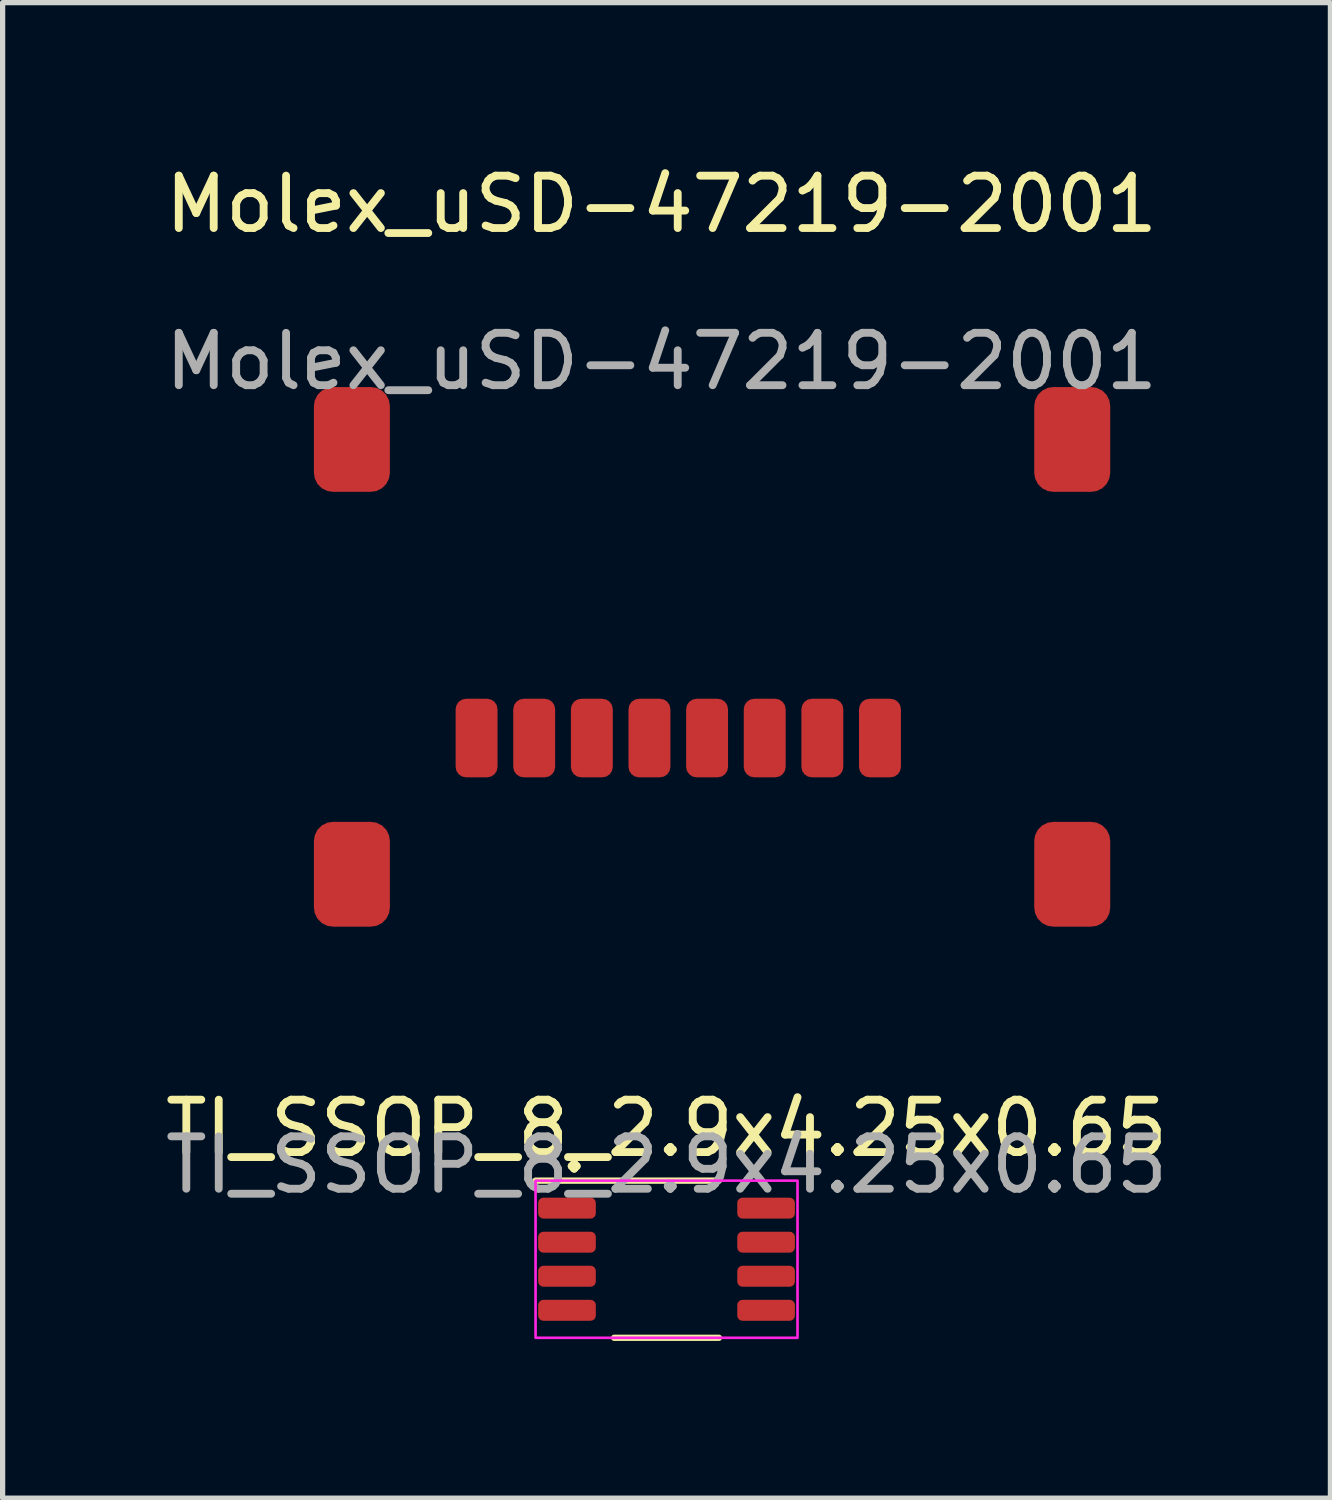
<source format=kicad_pcb>
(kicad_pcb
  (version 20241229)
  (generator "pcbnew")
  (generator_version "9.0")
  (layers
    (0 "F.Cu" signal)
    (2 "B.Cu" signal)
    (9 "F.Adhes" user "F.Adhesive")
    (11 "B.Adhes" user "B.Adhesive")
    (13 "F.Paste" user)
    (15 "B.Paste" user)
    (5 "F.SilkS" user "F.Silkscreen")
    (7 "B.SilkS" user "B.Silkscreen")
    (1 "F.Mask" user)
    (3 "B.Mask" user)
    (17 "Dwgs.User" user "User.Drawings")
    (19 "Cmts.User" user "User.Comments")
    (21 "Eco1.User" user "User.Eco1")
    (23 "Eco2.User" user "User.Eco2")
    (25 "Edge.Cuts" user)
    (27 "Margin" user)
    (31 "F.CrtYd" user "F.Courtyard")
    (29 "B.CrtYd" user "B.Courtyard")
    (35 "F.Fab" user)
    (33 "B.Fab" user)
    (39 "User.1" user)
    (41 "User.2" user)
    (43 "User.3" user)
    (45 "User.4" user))
  (footprint "TI_SSOP_8_2.9x4.25x0.65"
    (layer "F.Cu")
    (at 9.673 20.986)
    (property "Reference" "TI_SSOP_8_2.9x4.25x0.65" (at 0 -2.5 0) (unlocked yes) (layer "F.SilkS") (effects (font (size 1 1) (thickness 0.15))))
    (attr smd)
    (fp_line (start -2.5 -1.5) (end 1 -1.5) (stroke (width 0.12) (type default)) (layer "F.SilkS"))
    (fp_line (start -1 1.5) (end 1 1.5) (stroke (width 0.12) (type default)) (layer "F.SilkS"))
    (fp_rect (start -2.5 -1.5) (end 2.5 1.5) (stroke (width 0.05) (type default)) (fill no) (layer "F.CrtYd"))
    (fp_text user "." (at -2.1 -1.6 0) (unlocked yes) (layer "F.SilkS") (effects (font (size 1 1) (thickness 0.15)) (justify left bottom)))
    (fp_text user "${REFERENCE}" (at 0 -1.8 0) (unlocked yes) (layer "F.Fab") (effects (font (size 1 1) (thickness 0.15))))
    (pad "1" smd roundrect (at -1.9 -0.975) (size 1.1 0.4) (layers "F.Cu" "F.Mask" "F.Paste") (roundrect_rratio 0.25))
    (pad "2" smd roundrect (at -1.9 -0.325) (size 1.1 0.4) (layers "F.Cu" "F.Mask" "F.Paste") (roundrect_rratio 0.25))
    (pad "3" smd roundrect (at -1.9 0.325) (size 1.1 0.4) (layers "F.Cu" "F.Mask" "F.Paste") (roundrect_rratio 0.25))
    (pad "4" smd roundrect (at -1.9 0.975) (size 1.1 0.4) (layers "F.Cu" "F.Mask" "F.Paste") (roundrect_rratio 0.25))
    (pad "5" smd roundrect (at 1.9 0.975) (size 1.1 0.4) (layers "F.Cu" "F.Mask" "F.Paste") (roundrect_rratio 0.25))
    (pad "6" smd roundrect (at 1.9 0.325) (size 1.1 0.4) (layers "F.Cu" "F.Mask" "F.Paste") (roundrect_rratio 0.25))
    (pad "7" smd roundrect (at 1.9 -0.325) (size 1.1 0.4) (layers "F.Cu" "F.Mask" "F.Paste") (roundrect_rratio 0.25))
    (pad "8" smd roundrect (at 1.9 -0.975) (size 1.1 0.4) (layers "F.Cu" "F.Mask" "F.Paste") (roundrect_rratio 0.25)))
  (footprint "Molex_uSD-47219-2001"
    (layer "F.Cu")
    (at 10.077 6.488)
    (property "Reference" "Molex_uSD-47219-2001" (at -0.5 -5.64 0) (unlocked yes) (layer "F.SilkS") (effects (font (size 1 1) (thickness 0.15))))
    (attr smd)
    (fp_text user "${REFERENCE}" (at -0.5 -2.64 0) (unlocked yes) (layer "F.Fab") (effects (font (size 1 1) (thickness 0.15))))
    (pad "1" smd roundrect (at 3.67 4.55) (size 0.8 1.5) (layers "F.Cu" "F.Mask" "F.Paste") (roundrect_rratio 0.25))
    (pad "2" smd roundrect (at 2.57 4.55) (size 0.8 1.5) (layers "F.Cu" "F.Mask" "F.Paste") (roundrect_rratio 0.25))
    (pad "3" smd roundrect (at 1.47 4.55) (size 0.8 1.5) (layers "F.Cu" "F.Mask" "F.Paste") (roundrect_rratio 0.25))
    (pad "4" smd roundrect (at 0.37 4.55) (size 0.8 1.5) (layers "F.Cu" "F.Mask" "F.Paste") (roundrect_rratio 0.25))
    (pad "5" smd roundrect (at -0.73 4.55) (size 0.8 1.5) (layers "F.Cu" "F.Mask" "F.Paste") (roundrect_rratio 0.25))
    (pad "6" smd roundrect (at -1.83 4.55) (size 0.8 1.5) (layers "F.Cu" "F.Mask" "F.Paste") (roundrect_rratio 0.25))
    (pad "7" smd roundrect (at -2.93 4.55) (size 0.8 1.5) (layers "F.Cu" "F.Mask" "F.Paste") (roundrect_rratio 0.25))
    (pad "8" smd roundrect (at -4.03 4.55) (size 0.8 1.5) (layers "F.Cu" "F.Mask" "F.Paste") (roundrect_rratio 0.25))
    (pad "9" smd roundrect (at -6.41 -1.15) (size 1.45 2) (layers "F.Cu" "F.Mask" "F.Paste") (roundrect_rratio 0.25))
    (pad "9" smd roundrect (at -6.41 7.15) (size 1.45 2) (layers "F.Cu" "F.Mask" "F.Paste") (roundrect_rratio 0.25))
    (pad "9" smd roundrect (at 7.34 -1.15) (size 1.45 2) (layers "F.Cu" "F.Mask" "F.Paste") (roundrect_rratio 0.25))
    (pad "9" smd roundrect (at 7.34 7.15) (size 1.45 2) (layers "F.Cu" "F.Mask" "F.Paste") (roundrect_rratio 0.25)))
  (gr_rect
    (start -3 -3)
    (end 22.345 25.547)
    (stroke (width 0.1) (type default))
    (fill no)
    (layer "Edge.Cuts")))
</source>
